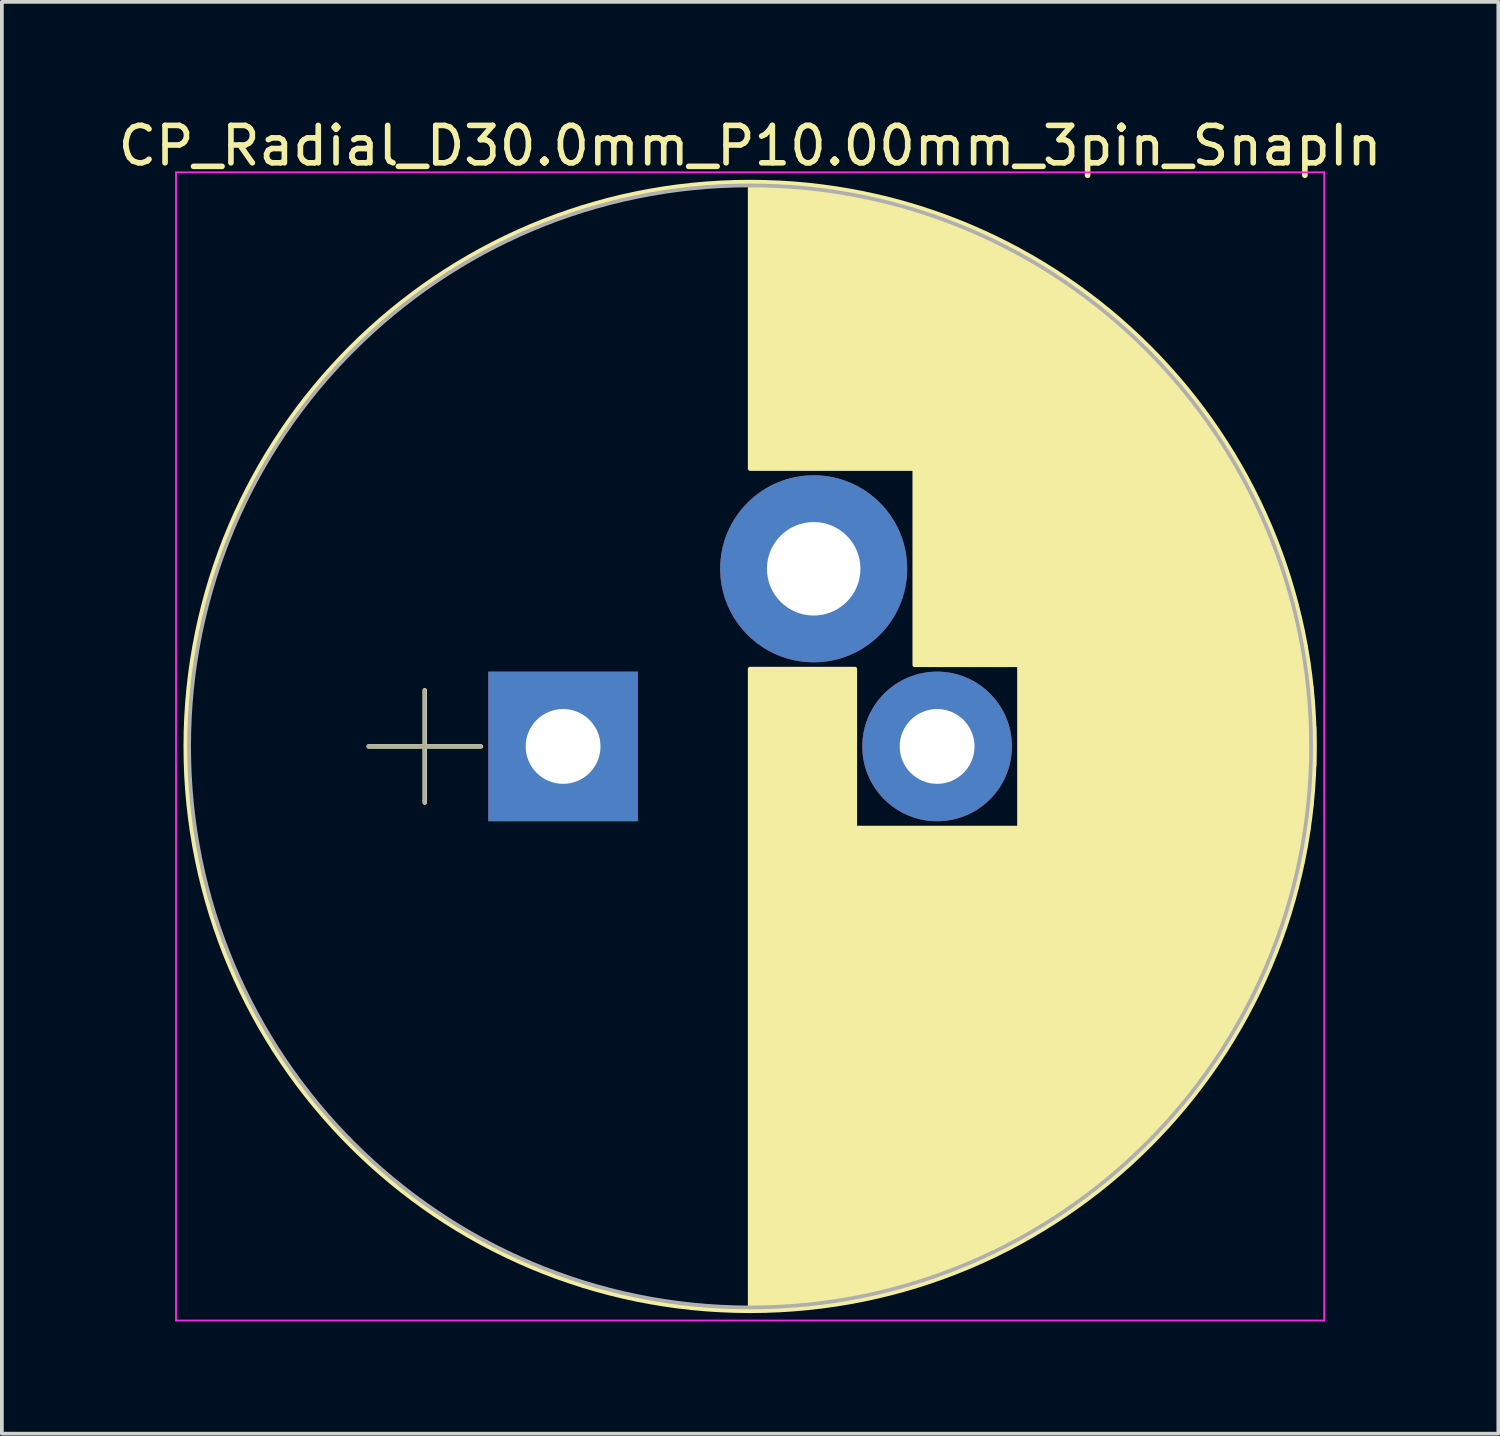
<source format=kicad_pcb>
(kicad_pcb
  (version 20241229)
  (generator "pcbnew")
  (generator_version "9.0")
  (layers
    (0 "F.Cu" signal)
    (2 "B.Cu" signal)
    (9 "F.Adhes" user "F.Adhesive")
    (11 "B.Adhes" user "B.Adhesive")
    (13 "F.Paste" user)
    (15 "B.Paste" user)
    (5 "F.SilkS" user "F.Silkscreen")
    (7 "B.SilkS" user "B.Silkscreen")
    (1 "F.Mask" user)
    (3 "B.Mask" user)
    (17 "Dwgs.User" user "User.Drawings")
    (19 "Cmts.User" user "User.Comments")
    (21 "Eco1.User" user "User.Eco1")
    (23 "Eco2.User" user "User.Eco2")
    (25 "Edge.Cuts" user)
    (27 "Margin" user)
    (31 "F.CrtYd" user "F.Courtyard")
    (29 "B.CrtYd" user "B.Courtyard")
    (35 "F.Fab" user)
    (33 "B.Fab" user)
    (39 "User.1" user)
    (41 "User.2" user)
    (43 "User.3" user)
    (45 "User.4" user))
  (footprint "CP_Radial_D30.0mm_P10.00mm_3pin_SnapIn"
    (layer "F.Cu")
    (at 12.006 16.908)
    (property "Reference" "CP_Radial_D30.0mm_P10.00mm_3pin_SnapIn" (at 5 -16.06 0) (layer "F.SilkS") (effects (font (size 1 1) (thickness 0.15))))
    (attr through_hole)
    (fp_line (start -5.2 0) (end -2.2 0) (stroke (width 0.12) (type solid)) (layer "F.SilkS"))
    (fp_line (start -3.7 -1.5) (end -3.7 1.5) (stroke (width 0.12) (type solid)) (layer "F.SilkS"))
    (fp_line (start 5 -15.05) (end 5 -7.43) (stroke (width 0.12) (type solid)) (layer "F.SilkS"))
    (fp_line (start 5 -2.07) (end 5 15.05) (stroke (width 0.12) (type solid)) (layer "F.SilkS"))
    (fp_line (start 5.04 -15.05) (end 5.04 -7.43) (stroke (width 0.12) (type solid)) (layer "F.SilkS"))
    (fp_line (start 5.04 -2.07) (end 5.04 15.05) (stroke (width 0.12) (type solid)) (layer "F.SilkS"))
    (fp_line (start 5.08 -15.05) (end 5.08 -7.43) (stroke (width 0.12) (type solid)) (layer "F.SilkS"))
    (fp_line (start 5.08 -2.07) (end 5.08 15.05) (stroke (width 0.12) (type solid)) (layer "F.SilkS"))
    (fp_line (start 5.12 -15.05) (end 5.12 -7.43) (stroke (width 0.12) (type solid)) (layer "F.SilkS"))
    (fp_line (start 5.12 -2.07) (end 5.12 15.05) (stroke (width 0.12) (type solid)) (layer "F.SilkS"))
    (fp_line (start 5.16 -15.05) (end 5.16 -7.43) (stroke (width 0.12) (type solid)) (layer "F.SilkS"))
    (fp_line (start 5.16 -2.07) (end 5.16 15.05) (stroke (width 0.12) (type solid)) (layer "F.SilkS"))
    (fp_line (start 5.2 -15.049) (end 5.2 -7.43) (stroke (width 0.12) (type solid)) (layer "F.SilkS"))
    (fp_line (start 5.2 -2.07) (end 5.2 15.049) (stroke (width 0.12) (type solid)) (layer "F.SilkS"))
    (fp_line (start 5.24 -15.049) (end 5.24 -7.43) (stroke (width 0.12) (type solid)) (layer "F.SilkS"))
    (fp_line (start 5.24 -2.07) (end 5.24 15.049) (stroke (width 0.12) (type solid)) (layer "F.SilkS"))
    (fp_line (start 5.28 -15.048) (end 5.28 -7.43) (stroke (width 0.12) (type solid)) (layer "F.SilkS"))
    (fp_line (start 5.28 -2.07) (end 5.28 15.048) (stroke (width 0.12) (type solid)) (layer "F.SilkS"))
    (fp_line (start 5.32 -15.047) (end 5.32 -7.43) (stroke (width 0.12) (type solid)) (layer "F.SilkS"))
    (fp_line (start 5.32 -2.07) (end 5.32 15.047) (stroke (width 0.12) (type solid)) (layer "F.SilkS"))
    (fp_line (start 5.36 -15.046) (end 5.36 -7.43) (stroke (width 0.12) (type solid)) (layer "F.SilkS"))
    (fp_line (start 5.36 -2.07) (end 5.36 15.046) (stroke (width 0.12) (type solid)) (layer "F.SilkS"))
    (fp_line (start 5.4 -15.045) (end 5.4 -7.43) (stroke (width 0.12) (type solid)) (layer "F.SilkS"))
    (fp_line (start 5.4 -2.07) (end 5.4 15.045) (stroke (width 0.12) (type solid)) (layer "F.SilkS"))
    (fp_line (start 5.44 -15.044) (end 5.44 -7.43) (stroke (width 0.12) (type solid)) (layer "F.SilkS"))
    (fp_line (start 5.44 -2.07) (end 5.44 15.044) (stroke (width 0.12) (type solid)) (layer "F.SilkS"))
    (fp_line (start 5.48 -15.043) (end 5.48 -7.43) (stroke (width 0.12) (type solid)) (layer "F.SilkS"))
    (fp_line (start 5.48 -2.07) (end 5.48 15.043) (stroke (width 0.12) (type solid)) (layer "F.SilkS"))
    (fp_line (start 5.52 -15.042) (end 5.52 -7.43) (stroke (width 0.12) (type solid)) (layer "F.SilkS"))
    (fp_line (start 5.52 -2.07) (end 5.52 15.042) (stroke (width 0.12) (type solid)) (layer "F.SilkS"))
    (fp_line (start 5.56 -15.04) (end 5.56 -7.43) (stroke (width 0.12) (type solid)) (layer "F.SilkS"))
    (fp_line (start 5.56 -2.07) (end 5.56 15.04) (stroke (width 0.12) (type solid)) (layer "F.SilkS"))
    (fp_line (start 5.6 -15.039) (end 5.6 -7.43) (stroke (width 0.12) (type solid)) (layer "F.SilkS"))
    (fp_line (start 5.6 -2.07) (end 5.6 15.039) (stroke (width 0.12) (type solid)) (layer "F.SilkS"))
    (fp_line (start 5.64 -15.037) (end 5.64 -7.43) (stroke (width 0.12) (type solid)) (layer "F.SilkS"))
    (fp_line (start 5.64 -2.07) (end 5.64 15.037) (stroke (width 0.12) (type solid)) (layer "F.SilkS"))
    (fp_line (start 5.68 -15.035) (end 5.68 -7.43) (stroke (width 0.12) (type solid)) (layer "F.SilkS"))
    (fp_line (start 5.68 -2.07) (end 5.68 15.035) (stroke (width 0.12) (type solid)) (layer "F.SilkS"))
    (fp_line (start 5.721 -15.033) (end 5.721 -7.43) (stroke (width 0.12) (type solid)) (layer "F.SilkS"))
    (fp_line (start 5.721 -2.07) (end 5.721 15.033) (stroke (width 0.12) (type solid)) (layer "F.SilkS"))
    (fp_line (start 5.761 -15.031) (end 5.761 -7.43) (stroke (width 0.12) (type solid)) (layer "F.SilkS"))
    (fp_line (start 5.761 -2.07) (end 5.761 15.031) (stroke (width 0.12) (type solid)) (layer "F.SilkS"))
    (fp_line (start 5.801 -15.029) (end 5.801 -7.43) (stroke (width 0.12) (type solid)) (layer "F.SilkS"))
    (fp_line (start 5.801 -2.07) (end 5.801 15.029) (stroke (width 0.12) (type solid)) (layer "F.SilkS"))
    (fp_line (start 5.841 -15.027) (end 5.841 -7.43) (stroke (width 0.12) (type solid)) (layer "F.SilkS"))
    (fp_line (start 5.841 -2.07) (end 5.841 15.027) (stroke (width 0.12) (type solid)) (layer "F.SilkS"))
    (fp_line (start 5.881 -15.025) (end 5.881 -7.43) (stroke (width 0.12) (type solid)) (layer "F.SilkS"))
    (fp_line (start 5.881 -2.07) (end 5.881 15.025) (stroke (width 0.12) (type solid)) (layer "F.SilkS"))
    (fp_line (start 5.921 -15.022) (end 5.921 -7.43) (stroke (width 0.12) (type solid)) (layer "F.SilkS"))
    (fp_line (start 5.921 -2.07) (end 5.921 15.022) (stroke (width 0.12) (type solid)) (layer "F.SilkS"))
    (fp_line (start 5.961 -15.02) (end 5.961 -7.43) (stroke (width 0.12) (type solid)) (layer "F.SilkS"))
    (fp_line (start 5.961 -2.07) (end 5.961 15.02) (stroke (width 0.12) (type solid)) (layer "F.SilkS"))
    (fp_line (start 6.001 -15.017) (end 6.001 -7.43) (stroke (width 0.12) (type solid)) (layer "F.SilkS"))
    (fp_line (start 6.001 -2.07) (end 6.001 15.017) (stroke (width 0.12) (type solid)) (layer "F.SilkS"))
    (fp_line (start 6.041 -15.015) (end 6.041 -7.43) (stroke (width 0.12) (type solid)) (layer "F.SilkS"))
    (fp_line (start 6.041 -2.07) (end 6.041 15.015) (stroke (width 0.12) (type solid)) (layer "F.SilkS"))
    (fp_line (start 6.081 -15.012) (end 6.081 -7.43) (stroke (width 0.12) (type solid)) (layer "F.SilkS"))
    (fp_line (start 6.081 -2.07) (end 6.081 15.012) (stroke (width 0.12) (type solid)) (layer "F.SilkS"))
    (fp_line (start 6.121 -15.009) (end 6.121 -7.43) (stroke (width 0.12) (type solid)) (layer "F.SilkS"))
    (fp_line (start 6.121 -2.07) (end 6.121 15.009) (stroke (width 0.12) (type solid)) (layer "F.SilkS"))
    (fp_line (start 6.161 -15.006) (end 6.161 -7.43) (stroke (width 0.12) (type solid)) (layer "F.SilkS"))
    (fp_line (start 6.161 -2.07) (end 6.161 15.006) (stroke (width 0.12) (type solid)) (layer "F.SilkS"))
    (fp_line (start 6.201 -15.003) (end 6.201 -7.43) (stroke (width 0.12) (type solid)) (layer "F.SilkS"))
    (fp_line (start 6.201 -2.07) (end 6.201 15.003) (stroke (width 0.12) (type solid)) (layer "F.SilkS"))
    (fp_line (start 6.241 -14.999) (end 6.241 -7.43) (stroke (width 0.12) (type solid)) (layer "F.SilkS"))
    (fp_line (start 6.241 -2.07) (end 6.241 14.999) (stroke (width 0.12) (type solid)) (layer "F.SilkS"))
    (fp_line (start 6.281 -14.996) (end 6.281 -7.43) (stroke (width 0.12) (type solid)) (layer "F.SilkS"))
    (fp_line (start 6.281 -2.07) (end 6.281 14.996) (stroke (width 0.12) (type solid)) (layer "F.SilkS"))
    (fp_line (start 6.321 -14.993) (end 6.321 -7.43) (stroke (width 0.12) (type solid)) (layer "F.SilkS"))
    (fp_line (start 6.321 -2.07) (end 6.321 14.993) (stroke (width 0.12) (type solid)) (layer "F.SilkS"))
    (fp_line (start 6.361 -14.989) (end 6.361 -7.43) (stroke (width 0.12) (type solid)) (layer "F.SilkS"))
    (fp_line (start 6.361 -2.07) (end 6.361 14.989) (stroke (width 0.12) (type solid)) (layer "F.SilkS"))
    (fp_line (start 6.401 -14.985) (end 6.401 -7.43) (stroke (width 0.12) (type solid)) (layer "F.SilkS"))
    (fp_line (start 6.401 -2.07) (end 6.401 14.985) (stroke (width 0.12) (type solid)) (layer "F.SilkS"))
    (fp_line (start 6.441 -14.982) (end 6.441 -7.43) (stroke (width 0.12) (type solid)) (layer "F.SilkS"))
    (fp_line (start 6.441 -2.07) (end 6.441 14.982) (stroke (width 0.12) (type solid)) (layer "F.SilkS"))
    (fp_line (start 6.481 -14.978) (end 6.481 -7.43) (stroke (width 0.12) (type solid)) (layer "F.SilkS"))
    (fp_line (start 6.481 -2.07) (end 6.481 14.978) (stroke (width 0.12) (type solid)) (layer "F.SilkS"))
    (fp_line (start 6.521 -14.974) (end 6.521 -7.43) (stroke (width 0.12) (type solid)) (layer "F.SilkS"))
    (fp_line (start 6.521 -2.07) (end 6.521 14.974) (stroke (width 0.12) (type solid)) (layer "F.SilkS"))
    (fp_line (start 6.561 -14.97) (end 6.561 -7.43) (stroke (width 0.12) (type solid)) (layer "F.SilkS"))
    (fp_line (start 6.561 -2.07) (end 6.561 14.97) (stroke (width 0.12) (type solid)) (layer "F.SilkS"))
    (fp_line (start 6.601 -14.965) (end 6.601 -7.43) (stroke (width 0.12) (type solid)) (layer "F.SilkS"))
    (fp_line (start 6.601 -2.07) (end 6.601 14.965) (stroke (width 0.12) (type solid)) (layer "F.SilkS"))
    (fp_line (start 6.641 -14.961) (end 6.641 -7.43) (stroke (width 0.12) (type solid)) (layer "F.SilkS"))
    (fp_line (start 6.641 -2.07) (end 6.641 14.961) (stroke (width 0.12) (type solid)) (layer "F.SilkS"))
    (fp_line (start 6.681 -14.957) (end 6.681 -7.43) (stroke (width 0.12) (type solid)) (layer "F.SilkS"))
    (fp_line (start 6.681 -2.07) (end 6.681 14.957) (stroke (width 0.12) (type solid)) (layer "F.SilkS"))
    (fp_line (start 6.721 -14.952) (end 6.721 -7.43) (stroke (width 0.12) (type solid)) (layer "F.SilkS"))
    (fp_line (start 6.721 -2.07) (end 6.721 14.952) (stroke (width 0.12) (type solid)) (layer "F.SilkS"))
    (fp_line (start 6.761 -14.948) (end 6.761 -7.43) (stroke (width 0.12) (type solid)) (layer "F.SilkS"))
    (fp_line (start 6.761 -2.07) (end 6.761 14.948) (stroke (width 0.12) (type solid)) (layer "F.SilkS"))
    (fp_line (start 6.801 -14.943) (end 6.801 -7.43) (stroke (width 0.12) (type solid)) (layer "F.SilkS"))
    (fp_line (start 6.801 -2.07) (end 6.801 14.943) (stroke (width 0.12) (type solid)) (layer "F.SilkS"))
    (fp_line (start 6.841 -14.938) (end 6.841 -7.43) (stroke (width 0.12) (type solid)) (layer "F.SilkS"))
    (fp_line (start 6.841 -2.07) (end 6.841 14.938) (stroke (width 0.12) (type solid)) (layer "F.SilkS"))
    (fp_line (start 6.881 -14.933) (end 6.881 -7.43) (stroke (width 0.12) (type solid)) (layer "F.SilkS"))
    (fp_line (start 6.881 -2.07) (end 6.881 14.933) (stroke (width 0.12) (type solid)) (layer "F.SilkS"))
    (fp_line (start 6.921 -14.928) (end 6.921 -7.43) (stroke (width 0.12) (type solid)) (layer "F.SilkS"))
    (fp_line (start 6.921 -2.07) (end 6.921 14.928) (stroke (width 0.12) (type solid)) (layer "F.SilkS"))
    (fp_line (start 6.961 -14.923) (end 6.961 -7.43) (stroke (width 0.12) (type solid)) (layer "F.SilkS"))
    (fp_line (start 6.961 -2.07) (end 6.961 14.923) (stroke (width 0.12) (type solid)) (layer "F.SilkS"))
    (fp_line (start 7.001 -14.917) (end 7.001 -7.43) (stroke (width 0.12) (type solid)) (layer "F.SilkS"))
    (fp_line (start 7.001 -2.07) (end 7.001 14.917) (stroke (width 0.12) (type solid)) (layer "F.SilkS"))
    (fp_line (start 7.041 -14.912) (end 7.041 -7.43) (stroke (width 0.12) (type solid)) (layer "F.SilkS"))
    (fp_line (start 7.041 -2.07) (end 7.041 14.912) (stroke (width 0.12) (type solid)) (layer "F.SilkS"))
    (fp_line (start 7.081 -14.906) (end 7.081 -7.43) (stroke (width 0.12) (type solid)) (layer "F.SilkS"))
    (fp_line (start 7.081 -2.07) (end 7.081 14.906) (stroke (width 0.12) (type solid)) (layer "F.SilkS"))
    (fp_line (start 7.121 -14.901) (end 7.121 -7.43) (stroke (width 0.12) (type solid)) (layer "F.SilkS"))
    (fp_line (start 7.121 -2.07) (end 7.121 14.901) (stroke (width 0.12) (type solid)) (layer "F.SilkS"))
    (fp_line (start 7.161 -14.895) (end 7.161 -7.43) (stroke (width 0.12) (type solid)) (layer "F.SilkS"))
    (fp_line (start 7.161 -2.07) (end 7.161 14.895) (stroke (width 0.12) (type solid)) (layer "F.SilkS"))
    (fp_line (start 7.201 -14.889) (end 7.201 -7.43) (stroke (width 0.12) (type solid)) (layer "F.SilkS"))
    (fp_line (start 7.201 -2.07) (end 7.201 14.889) (stroke (width 0.12) (type solid)) (layer "F.SilkS"))
    (fp_line (start 7.241 -14.883) (end 7.241 -7.43) (stroke (width 0.12) (type solid)) (layer "F.SilkS"))
    (fp_line (start 7.241 -2.07) (end 7.241 14.883) (stroke (width 0.12) (type solid)) (layer "F.SilkS"))
    (fp_line (start 7.281 -14.877) (end 7.281 -7.43) (stroke (width 0.12) (type solid)) (layer "F.SilkS"))
    (fp_line (start 7.281 -2.07) (end 7.281 14.877) (stroke (width 0.12) (type solid)) (layer "F.SilkS"))
    (fp_line (start 7.321 -14.871) (end 7.321 -7.43) (stroke (width 0.12) (type solid)) (layer "F.SilkS"))
    (fp_line (start 7.321 -2.07) (end 7.321 14.871) (stroke (width 0.12) (type solid)) (layer "F.SilkS"))
    (fp_line (start 7.361 -14.865) (end 7.361 -7.43) (stroke (width 0.12) (type solid)) (layer "F.SilkS"))
    (fp_line (start 7.361 -2.07) (end 7.361 14.865) (stroke (width 0.12) (type solid)) (layer "F.SilkS"))
    (fp_line (start 7.401 -14.858) (end 7.401 -7.43) (stroke (width 0.12) (type solid)) (layer "F.SilkS"))
    (fp_line (start 7.401 -2.07) (end 7.401 14.858) (stroke (width 0.12) (type solid)) (layer "F.SilkS"))
    (fp_line (start 7.441 -14.852) (end 7.441 -7.43) (stroke (width 0.12) (type solid)) (layer "F.SilkS"))
    (fp_line (start 7.441 -2.07) (end 7.441 14.852) (stroke (width 0.12) (type solid)) (layer "F.SilkS"))
    (fp_line (start 7.481 -14.845) (end 7.481 -7.43) (stroke (width 0.12) (type solid)) (layer "F.SilkS"))
    (fp_line (start 7.481 -2.07) (end 7.481 14.845) (stroke (width 0.12) (type solid)) (layer "F.SilkS"))
    (fp_line (start 7.521 -14.839) (end 7.521 -7.43) (stroke (width 0.12) (type solid)) (layer "F.SilkS"))
    (fp_line (start 7.521 -2.07) (end 7.521 14.839) (stroke (width 0.12) (type solid)) (layer "F.SilkS"))
    (fp_line (start 7.561 -14.832) (end 7.561 -7.43) (stroke (width 0.12) (type solid)) (layer "F.SilkS"))
    (fp_line (start 7.561 -2.07) (end 7.561 14.832) (stroke (width 0.12) (type solid)) (layer "F.SilkS"))
    (fp_line (start 7.601 -14.825) (end 7.601 -7.43) (stroke (width 0.12) (type solid)) (layer "F.SilkS"))
    (fp_line (start 7.601 -2.07) (end 7.601 14.825) (stroke (width 0.12) (type solid)) (layer "F.SilkS"))
    (fp_line (start 7.641 -14.818) (end 7.641 -7.43) (stroke (width 0.12) (type solid)) (layer "F.SilkS"))
    (fp_line (start 7.641 -2.07) (end 7.641 14.818) (stroke (width 0.12) (type solid)) (layer "F.SilkS"))
    (fp_line (start 7.681 -14.811) (end 7.681 -7.43) (stroke (width 0.12) (type solid)) (layer "F.SilkS"))
    (fp_line (start 7.681 -2.07) (end 7.681 14.811) (stroke (width 0.12) (type solid)) (layer "F.SilkS"))
    (fp_line (start 7.721 -14.803) (end 7.721 -7.43) (stroke (width 0.12) (type solid)) (layer "F.SilkS"))
    (fp_line (start 7.721 -2.07) (end 7.721 14.803) (stroke (width 0.12) (type solid)) (layer "F.SilkS"))
    (fp_line (start 7.761 -14.796) (end 7.761 -7.43) (stroke (width 0.12) (type solid)) (layer "F.SilkS"))
    (fp_line (start 7.761 -2.07) (end 7.761 14.796) (stroke (width 0.12) (type solid)) (layer "F.SilkS"))
    (fp_line (start 7.801 -14.788) (end 7.801 -7.43) (stroke (width 0.12) (type solid)) (layer "F.SilkS"))
    (fp_line (start 7.801 -2.07) (end 7.801 14.788) (stroke (width 0.12) (type solid)) (layer "F.SilkS"))
    (fp_line (start 7.841 -14.781) (end 7.841 -7.43) (stroke (width 0.12) (type solid)) (layer "F.SilkS"))
    (fp_line (start 7.841 2.18) (end 7.841 14.781) (stroke (width 0.12) (type solid)) (layer "F.SilkS"))
    (fp_line (start 7.881 -14.773) (end 7.881 -7.43) (stroke (width 0.12) (type solid)) (layer "F.SilkS"))
    (fp_line (start 7.881 2.18) (end 7.881 14.773) (stroke (width 0.12) (type solid)) (layer "F.SilkS"))
    (fp_line (start 7.921 -14.765) (end 7.921 -7.43) (stroke (width 0.12) (type solid)) (layer "F.SilkS"))
    (fp_line (start 7.921 2.18) (end 7.921 14.765) (stroke (width 0.12) (type solid)) (layer "F.SilkS"))
    (fp_line (start 7.961 -14.757) (end 7.961 -7.43) (stroke (width 0.12) (type solid)) (layer "F.SilkS"))
    (fp_line (start 7.961 2.18) (end 7.961 14.757) (stroke (width 0.12) (type solid)) (layer "F.SilkS"))
    (fp_line (start 8.001 -14.749) (end 8.001 -7.43) (stroke (width 0.12) (type solid)) (layer "F.SilkS"))
    (fp_line (start 8.001 2.18) (end 8.001 14.749) (stroke (width 0.12) (type solid)) (layer "F.SilkS"))
    (fp_line (start 8.041 -14.741) (end 8.041 -7.43) (stroke (width 0.12) (type solid)) (layer "F.SilkS"))
    (fp_line (start 8.041 2.18) (end 8.041 14.741) (stroke (width 0.12) (type solid)) (layer "F.SilkS"))
    (fp_line (start 8.081 -14.733) (end 8.081 -7.43) (stroke (width 0.12) (type solid)) (layer "F.SilkS"))
    (fp_line (start 8.081 2.18) (end 8.081 14.733) (stroke (width 0.12) (type solid)) (layer "F.SilkS"))
    (fp_line (start 8.121 -14.724) (end 8.121 -7.43) (stroke (width 0.12) (type solid)) (layer "F.SilkS"))
    (fp_line (start 8.121 2.18) (end 8.121 14.724) (stroke (width 0.12) (type solid)) (layer "F.SilkS"))
    (fp_line (start 8.161 -14.716) (end 8.161 -7.43) (stroke (width 0.12) (type solid)) (layer "F.SilkS"))
    (fp_line (start 8.161 2.18) (end 8.161 14.716) (stroke (width 0.12) (type solid)) (layer "F.SilkS"))
    (fp_line (start 8.201 -14.707) (end 8.201 -7.43) (stroke (width 0.12) (type solid)) (layer "F.SilkS"))
    (fp_line (start 8.201 2.18) (end 8.201 14.707) (stroke (width 0.12) (type solid)) (layer "F.SilkS"))
    (fp_line (start 8.241 -14.699) (end 8.241 -7.43) (stroke (width 0.12) (type solid)) (layer "F.SilkS"))
    (fp_line (start 8.241 2.18) (end 8.241 14.699) (stroke (width 0.12) (type solid)) (layer "F.SilkS"))
    (fp_line (start 8.281 -14.69) (end 8.281 -7.43) (stroke (width 0.12) (type solid)) (layer "F.SilkS"))
    (fp_line (start 8.281 2.18) (end 8.281 14.69) (stroke (width 0.12) (type solid)) (layer "F.SilkS"))
    (fp_line (start 8.321 -14.681) (end 8.321 -7.43) (stroke (width 0.12) (type solid)) (layer "F.SilkS"))
    (fp_line (start 8.321 2.18) (end 8.321 14.681) (stroke (width 0.12) (type solid)) (layer "F.SilkS"))
    (fp_line (start 8.361 -14.672) (end 8.361 -7.43) (stroke (width 0.12) (type solid)) (layer "F.SilkS"))
    (fp_line (start 8.361 2.18) (end 8.361 14.672) (stroke (width 0.12) (type solid)) (layer "F.SilkS"))
    (fp_line (start 8.401 -14.662) (end 8.401 -7.43) (stroke (width 0.12) (type solid)) (layer "F.SilkS"))
    (fp_line (start 8.401 2.18) (end 8.401 14.662) (stroke (width 0.12) (type solid)) (layer "F.SilkS"))
    (fp_line (start 8.441 -14.653) (end 8.441 -7.43) (stroke (width 0.12) (type solid)) (layer "F.SilkS"))
    (fp_line (start 8.441 2.18) (end 8.441 14.653) (stroke (width 0.12) (type solid)) (layer "F.SilkS"))
    (fp_line (start 8.481 -14.644) (end 8.481 -7.43) (stroke (width 0.12) (type solid)) (layer "F.SilkS"))
    (fp_line (start 8.481 2.18) (end 8.481 14.644) (stroke (width 0.12) (type solid)) (layer "F.SilkS"))
    (fp_line (start 8.521 -14.634) (end 8.521 -7.43) (stroke (width 0.12) (type solid)) (layer "F.SilkS"))
    (fp_line (start 8.521 2.18) (end 8.521 14.634) (stroke (width 0.12) (type solid)) (layer "F.SilkS"))
    (fp_line (start 8.561 -14.625) (end 8.561 -7.43) (stroke (width 0.12) (type solid)) (layer "F.SilkS"))
    (fp_line (start 8.561 2.18) (end 8.561 14.625) (stroke (width 0.12) (type solid)) (layer "F.SilkS"))
    (fp_line (start 8.601 -14.615) (end 8.601 -7.43) (stroke (width 0.12) (type solid)) (layer "F.SilkS"))
    (fp_line (start 8.601 2.18) (end 8.601 14.615) (stroke (width 0.12) (type solid)) (layer "F.SilkS"))
    (fp_line (start 8.641 -14.605) (end 8.641 -7.43) (stroke (width 0.12) (type solid)) (layer "F.SilkS"))
    (fp_line (start 8.641 2.18) (end 8.641 14.605) (stroke (width 0.12) (type solid)) (layer "F.SilkS"))
    (fp_line (start 8.681 -14.595) (end 8.681 -7.43) (stroke (width 0.12) (type solid)) (layer "F.SilkS"))
    (fp_line (start 8.681 2.18) (end 8.681 14.595) (stroke (width 0.12) (type solid)) (layer "F.SilkS"))
    (fp_line (start 8.721 -14.585) (end 8.721 -7.43) (stroke (width 0.12) (type solid)) (layer "F.SilkS"))
    (fp_line (start 8.721 2.18) (end 8.721 14.585) (stroke (width 0.12) (type solid)) (layer "F.SilkS"))
    (fp_line (start 8.761 -14.575) (end 8.761 -7.43) (stroke (width 0.12) (type solid)) (layer "F.SilkS"))
    (fp_line (start 8.761 2.18) (end 8.761 14.575) (stroke (width 0.12) (type solid)) (layer "F.SilkS"))
    (fp_line (start 8.801 -14.564) (end 8.801 -7.43) (stroke (width 0.12) (type solid)) (layer "F.SilkS"))
    (fp_line (start 8.801 2.18) (end 8.801 14.564) (stroke (width 0.12) (type solid)) (layer "F.SilkS"))
    (fp_line (start 8.841 -14.554) (end 8.841 -7.43) (stroke (width 0.12) (type solid)) (layer "F.SilkS"))
    (fp_line (start 8.841 2.18) (end 8.841 14.554) (stroke (width 0.12) (type solid)) (layer "F.SilkS"))
    (fp_line (start 8.881 -14.543) (end 8.881 -7.43) (stroke (width 0.12) (type solid)) (layer "F.SilkS"))
    (fp_line (start 8.881 2.18) (end 8.881 14.543) (stroke (width 0.12) (type solid)) (layer "F.SilkS"))
    (fp_line (start 8.921 -14.532) (end 8.921 -7.43) (stroke (width 0.12) (type solid)) (layer "F.SilkS"))
    (fp_line (start 8.921 2.18) (end 8.921 14.532) (stroke (width 0.12) (type solid)) (layer "F.SilkS"))
    (fp_line (start 8.961 -14.522) (end 8.961 -7.43) (stroke (width 0.12) (type solid)) (layer "F.SilkS"))
    (fp_line (start 8.961 2.18) (end 8.961 14.522) (stroke (width 0.12) (type solid)) (layer "F.SilkS"))
    (fp_line (start 9.001 -14.511) (end 9.001 -7.43) (stroke (width 0.12) (type solid)) (layer "F.SilkS"))
    (fp_line (start 9.001 2.18) (end 9.001 14.511) (stroke (width 0.12) (type solid)) (layer "F.SilkS"))
    (fp_line (start 9.041 -14.5) (end 9.041 -7.43) (stroke (width 0.12) (type solid)) (layer "F.SilkS"))
    (fp_line (start 9.041 2.18) (end 9.041 14.5) (stroke (width 0.12) (type solid)) (layer "F.SilkS"))
    (fp_line (start 9.081 -14.488) (end 9.081 -7.43) (stroke (width 0.12) (type solid)) (layer "F.SilkS"))
    (fp_line (start 9.081 2.18) (end 9.081 14.488) (stroke (width 0.12) (type solid)) (layer "F.SilkS"))
    (fp_line (start 9.121 -14.477) (end 9.121 -7.43) (stroke (width 0.12) (type solid)) (layer "F.SilkS"))
    (fp_line (start 9.121 2.18) (end 9.121 14.477) (stroke (width 0.12) (type solid)) (layer "F.SilkS"))
    (fp_line (start 9.161 -14.466) (end 9.161 -7.43) (stroke (width 0.12) (type solid)) (layer "F.SilkS"))
    (fp_line (start 9.161 2.18) (end 9.161 14.466) (stroke (width 0.12) (type solid)) (layer "F.SilkS"))
    (fp_line (start 9.201 -14.454) (end 9.201 -7.43) (stroke (width 0.12) (type solid)) (layer "F.SilkS"))
    (fp_line (start 9.201 2.18) (end 9.201 14.454) (stroke (width 0.12) (type solid)) (layer "F.SilkS"))
    (fp_line (start 9.241 -14.443) (end 9.241 -7.43) (stroke (width 0.12) (type solid)) (layer "F.SilkS"))
    (fp_line (start 9.241 2.18) (end 9.241 14.443) (stroke (width 0.12) (type solid)) (layer "F.SilkS"))
    (fp_line (start 9.281 -14.431) (end 9.281 -7.43) (stroke (width 0.12) (type solid)) (layer "F.SilkS"))
    (fp_line (start 9.281 2.18) (end 9.281 14.431) (stroke (width 0.12) (type solid)) (layer "F.SilkS"))
    (fp_line (start 9.321 -14.419) (end 9.321 -7.43) (stroke (width 0.12) (type solid)) (layer "F.SilkS"))
    (fp_line (start 9.321 2.18) (end 9.321 14.419) (stroke (width 0.12) (type solid)) (layer "F.SilkS"))
    (fp_line (start 9.361 -14.407) (end 9.361 -7.43) (stroke (width 0.12) (type solid)) (layer "F.SilkS"))
    (fp_line (start 9.361 2.18) (end 9.361 14.407) (stroke (width 0.12) (type solid)) (layer "F.SilkS"))
    (fp_line (start 9.401 -14.395) (end 9.401 -2.18) (stroke (width 0.12) (type solid)) (layer "F.SilkS"))
    (fp_line (start 9.401 2.18) (end 9.401 14.395) (stroke (width 0.12) (type solid)) (layer "F.SilkS"))
    (fp_line (start 9.441 -14.383) (end 9.441 -2.18) (stroke (width 0.12) (type solid)) (layer "F.SilkS"))
    (fp_line (start 9.441 2.18) (end 9.441 14.383) (stroke (width 0.12) (type solid)) (layer "F.SilkS"))
    (fp_line (start 9.481 -14.37) (end 9.481 -2.18) (stroke (width 0.12) (type solid)) (layer "F.SilkS"))
    (fp_line (start 9.481 2.18) (end 9.481 14.37) (stroke (width 0.12) (type solid)) (layer "F.SilkS"))
    (fp_line (start 9.521 -14.358) (end 9.521 -2.18) (stroke (width 0.12) (type solid)) (layer "F.SilkS"))
    (fp_line (start 9.521 2.18) (end 9.521 14.358) (stroke (width 0.12) (type solid)) (layer "F.SilkS"))
    (fp_line (start 9.561 -14.345) (end 9.561 -2.18) (stroke (width 0.12) (type solid)) (layer "F.SilkS"))
    (fp_line (start 9.561 2.18) (end 9.561 14.345) (stroke (width 0.12) (type solid)) (layer "F.SilkS"))
    (fp_line (start 9.601 -14.332) (end 9.601 -2.18) (stroke (width 0.12) (type solid)) (layer "F.SilkS"))
    (fp_line (start 9.601 2.18) (end 9.601 14.332) (stroke (width 0.12) (type solid)) (layer "F.SilkS"))
    (fp_line (start 9.641 -14.319) (end 9.641 -2.18) (stroke (width 0.12) (type solid)) (layer "F.SilkS"))
    (fp_line (start 9.641 2.18) (end 9.641 14.319) (stroke (width 0.12) (type solid)) (layer "F.SilkS"))
    (fp_line (start 9.681 -14.306) (end 9.681 -2.18) (stroke (width 0.12) (type solid)) (layer "F.SilkS"))
    (fp_line (start 9.681 2.18) (end 9.681 14.306) (stroke (width 0.12) (type solid)) (layer "F.SilkS"))
    (fp_line (start 9.721 -14.293) (end 9.721 -2.18) (stroke (width 0.12) (type solid)) (layer "F.SilkS"))
    (fp_line (start 9.721 2.18) (end 9.721 14.293) (stroke (width 0.12) (type solid)) (layer "F.SilkS"))
    (fp_line (start 9.761 -14.28) (end 9.761 -2.18) (stroke (width 0.12) (type solid)) (layer "F.SilkS"))
    (fp_line (start 9.761 2.18) (end 9.761 14.28) (stroke (width 0.12) (type solid)) (layer "F.SilkS"))
    (fp_line (start 9.801 -14.267) (end 9.801 -2.18) (stroke (width 0.12) (type solid)) (layer "F.SilkS"))
    (fp_line (start 9.801 2.18) (end 9.801 14.267) (stroke (width 0.12) (type solid)) (layer "F.SilkS"))
    (fp_line (start 9.841 -14.253) (end 9.841 -2.18) (stroke (width 0.12) (type solid)) (layer "F.SilkS"))
    (fp_line (start 9.841 2.18) (end 9.841 14.253) (stroke (width 0.12) (type solid)) (layer "F.SilkS"))
    (fp_line (start 9.881 -14.24) (end 9.881 -2.18) (stroke (width 0.12) (type solid)) (layer "F.SilkS"))
    (fp_line (start 9.881 2.18) (end 9.881 14.24) (stroke (width 0.12) (type solid)) (layer "F.SilkS"))
    (fp_line (start 9.921 -14.226) (end 9.921 -2.18) (stroke (width 0.12) (type solid)) (layer "F.SilkS"))
    (fp_line (start 9.921 2.18) (end 9.921 14.226) (stroke (width 0.12) (type solid)) (layer "F.SilkS"))
    (fp_line (start 9.961 -14.212) (end 9.961 -2.18) (stroke (width 0.12) (type solid)) (layer "F.SilkS"))
    (fp_line (start 9.961 2.18) (end 9.961 14.212) (stroke (width 0.12) (type solid)) (layer "F.SilkS"))
    (fp_line (start 10.001 -14.198) (end 10.001 -2.18) (stroke (width 0.12) (type solid)) (layer "F.SilkS"))
    (fp_line (start 10.001 2.18) (end 10.001 14.198) (stroke (width 0.12) (type solid)) (layer "F.SilkS"))
    (fp_line (start 10.041 -14.184) (end 10.041 -2.18) (stroke (width 0.12) (type solid)) (layer "F.SilkS"))
    (fp_line (start 10.041 2.18) (end 10.041 14.184) (stroke (width 0.12) (type solid)) (layer "F.SilkS"))
    (fp_line (start 10.081 -14.17) (end 10.081 -2.18) (stroke (width 0.12) (type solid)) (layer "F.SilkS"))
    (fp_line (start 10.081 2.18) (end 10.081 14.17) (stroke (width 0.12) (type solid)) (layer "F.SilkS"))
    (fp_line (start 10.121 -14.155) (end 10.121 -2.18) (stroke (width 0.12) (type solid)) (layer "F.SilkS"))
    (fp_line (start 10.121 2.18) (end 10.121 14.155) (stroke (width 0.12) (type solid)) (layer "F.SilkS"))
    (fp_line (start 10.161 -14.141) (end 10.161 -2.18) (stroke (width 0.12) (type solid)) (layer "F.SilkS"))
    (fp_line (start 10.161 2.18) (end 10.161 14.141) (stroke (width 0.12) (type solid)) (layer "F.SilkS"))
    (fp_line (start 10.201 -14.126) (end 10.201 -2.18) (stroke (width 0.12) (type solid)) (layer "F.SilkS"))
    (fp_line (start 10.201 2.18) (end 10.201 14.126) (stroke (width 0.12) (type solid)) (layer "F.SilkS"))
    (fp_line (start 10.241 -14.111) (end 10.241 -2.18) (stroke (width 0.12) (type solid)) (layer "F.SilkS"))
    (fp_line (start 10.241 2.18) (end 10.241 14.111) (stroke (width 0.12) (type solid)) (layer "F.SilkS"))
    (fp_line (start 10.281 -14.097) (end 10.281 -2.18) (stroke (width 0.12) (type solid)) (layer "F.SilkS"))
    (fp_line (start 10.281 2.18) (end 10.281 14.097) (stroke (width 0.12) (type solid)) (layer "F.SilkS"))
    (fp_line (start 10.321 -14.082) (end 10.321 -2.18) (stroke (width 0.12) (type solid)) (layer "F.SilkS"))
    (fp_line (start 10.321 2.18) (end 10.321 14.082) (stroke (width 0.12) (type solid)) (layer "F.SilkS"))
    (fp_line (start 10.361 -14.066) (end 10.361 -2.18) (stroke (width 0.12) (type solid)) (layer "F.SilkS"))
    (fp_line (start 10.361 2.18) (end 10.361 14.066) (stroke (width 0.12) (type solid)) (layer "F.SilkS"))
    (fp_line (start 10.401 -14.051) (end 10.401 -2.18) (stroke (width 0.12) (type solid)) (layer "F.SilkS"))
    (fp_line (start 10.401 2.18) (end 10.401 14.051) (stroke (width 0.12) (type solid)) (layer "F.SilkS"))
    (fp_line (start 10.441 -14.036) (end 10.441 -2.18) (stroke (width 0.12) (type solid)) (layer "F.SilkS"))
    (fp_line (start 10.441 2.18) (end 10.441 14.036) (stroke (width 0.12) (type solid)) (layer "F.SilkS"))
    (fp_line (start 10.481 -14.02) (end 10.481 -2.18) (stroke (width 0.12) (type solid)) (layer "F.SilkS"))
    (fp_line (start 10.481 2.18) (end 10.481 14.02) (stroke (width 0.12) (type solid)) (layer "F.SilkS"))
    (fp_line (start 10.521 -14.005) (end 10.521 -2.18) (stroke (width 0.12) (type solid)) (layer "F.SilkS"))
    (fp_line (start 10.521 2.18) (end 10.521 14.005) (stroke (width 0.12) (type solid)) (layer "F.SilkS"))
    (fp_line (start 10.561 -13.989) (end 10.561 -2.18) (stroke (width 0.12) (type solid)) (layer "F.SilkS"))
    (fp_line (start 10.561 2.18) (end 10.561 13.989) (stroke (width 0.12) (type solid)) (layer "F.SilkS"))
    (fp_line (start 10.601 -13.973) (end 10.601 -2.18) (stroke (width 0.12) (type solid)) (layer "F.SilkS"))
    (fp_line (start 10.601 2.18) (end 10.601 13.973) (stroke (width 0.12) (type solid)) (layer "F.SilkS"))
    (fp_line (start 10.641 -13.957) (end 10.641 -2.18) (stroke (width 0.12) (type solid)) (layer "F.SilkS"))
    (fp_line (start 10.641 2.18) (end 10.641 13.957) (stroke (width 0.12) (type solid)) (layer "F.SilkS"))
    (fp_line (start 10.681 -13.941) (end 10.681 -2.18) (stroke (width 0.12) (type solid)) (layer "F.SilkS"))
    (fp_line (start 10.681 2.18) (end 10.681 13.941) (stroke (width 0.12) (type solid)) (layer "F.SilkS"))
    (fp_line (start 10.721 -13.924) (end 10.721 -2.18) (stroke (width 0.12) (type solid)) (layer "F.SilkS"))
    (fp_line (start 10.721 2.18) (end 10.721 13.924) (stroke (width 0.12) (type solid)) (layer "F.SilkS"))
    (fp_line (start 10.761 -13.908) (end 10.761 -2.18) (stroke (width 0.12) (type solid)) (layer "F.SilkS"))
    (fp_line (start 10.761 2.18) (end 10.761 13.908) (stroke (width 0.12) (type solid)) (layer "F.SilkS"))
    (fp_line (start 10.801 -13.891) (end 10.801 -2.18) (stroke (width 0.12) (type solid)) (layer "F.SilkS"))
    (fp_line (start 10.801 2.18) (end 10.801 13.891) (stroke (width 0.12) (type solid)) (layer "F.SilkS"))
    (fp_line (start 10.841 -13.875) (end 10.841 -2.18) (stroke (width 0.12) (type solid)) (layer "F.SilkS"))
    (fp_line (start 10.841 2.18) (end 10.841 13.875) (stroke (width 0.12) (type solid)) (layer "F.SilkS"))
    (fp_line (start 10.881 -13.858) (end 10.881 -2.18) (stroke (width 0.12) (type solid)) (layer "F.SilkS"))
    (fp_line (start 10.881 2.18) (end 10.881 13.858) (stroke (width 0.12) (type solid)) (layer "F.SilkS"))
    (fp_line (start 10.921 -13.841) (end 10.921 -2.18) (stroke (width 0.12) (type solid)) (layer "F.SilkS"))
    (fp_line (start 10.921 2.18) (end 10.921 13.841) (stroke (width 0.12) (type solid)) (layer "F.SilkS"))
    (fp_line (start 10.961 -13.824) (end 10.961 -2.18) (stroke (width 0.12) (type solid)) (layer "F.SilkS"))
    (fp_line (start 10.961 2.18) (end 10.961 13.824) (stroke (width 0.12) (type solid)) (layer "F.SilkS"))
    (fp_line (start 11.001 -13.806) (end 11.001 -2.18) (stroke (width 0.12) (type solid)) (layer "F.SilkS"))
    (fp_line (start 11.001 2.18) (end 11.001 13.806) (stroke (width 0.12) (type solid)) (layer "F.SilkS"))
    (fp_line (start 11.041 -13.789) (end 11.041 -2.18) (stroke (width 0.12) (type solid)) (layer "F.SilkS"))
    (fp_line (start 11.041 2.18) (end 11.041 13.789) (stroke (width 0.12) (type solid)) (layer "F.SilkS"))
    (fp_line (start 11.081 -13.771) (end 11.081 -2.18) (stroke (width 0.12) (type solid)) (layer "F.SilkS"))
    (fp_line (start 11.081 2.18) (end 11.081 13.771) (stroke (width 0.12) (type solid)) (layer "F.SilkS"))
    (fp_line (start 11.121 -13.754) (end 11.121 -2.18) (stroke (width 0.12) (type solid)) (layer "F.SilkS"))
    (fp_line (start 11.121 2.18) (end 11.121 13.754) (stroke (width 0.12) (type solid)) (layer "F.SilkS"))
    (fp_line (start 11.161 -13.736) (end 11.161 -2.18) (stroke (width 0.12) (type solid)) (layer "F.SilkS"))
    (fp_line (start 11.161 2.18) (end 11.161 13.736) (stroke (width 0.12) (type solid)) (layer "F.SilkS"))
    (fp_line (start 11.201 -13.718) (end 11.201 -2.18) (stroke (width 0.12) (type solid)) (layer "F.SilkS"))
    (fp_line (start 11.201 2.18) (end 11.201 13.718) (stroke (width 0.12) (type solid)) (layer "F.SilkS"))
    (fp_line (start 11.241 -13.7) (end 11.241 -2.18) (stroke (width 0.12) (type solid)) (layer "F.SilkS"))
    (fp_line (start 11.241 2.18) (end 11.241 13.7) (stroke (width 0.12) (type solid)) (layer "F.SilkS"))
    (fp_line (start 11.281 -13.682) (end 11.281 -2.18) (stroke (width 0.12) (type solid)) (layer "F.SilkS"))
    (fp_line (start 11.281 2.18) (end 11.281 13.682) (stroke (width 0.12) (type solid)) (layer "F.SilkS"))
    (fp_line (start 11.321 -13.663) (end 11.321 -2.18) (stroke (width 0.12) (type solid)) (layer "F.SilkS"))
    (fp_line (start 11.321 2.18) (end 11.321 13.663) (stroke (width 0.12) (type solid)) (layer "F.SilkS"))
    (fp_line (start 11.361 -13.645) (end 11.361 -2.18) (stroke (width 0.12) (type solid)) (layer "F.SilkS"))
    (fp_line (start 11.361 2.18) (end 11.361 13.645) (stroke (width 0.12) (type solid)) (layer "F.SilkS"))
    (fp_line (start 11.401 -13.626) (end 11.401 -2.18) (stroke (width 0.12) (type solid)) (layer "F.SilkS"))
    (fp_line (start 11.401 2.18) (end 11.401 13.626) (stroke (width 0.12) (type solid)) (layer "F.SilkS"))
    (fp_line (start 11.441 -13.607) (end 11.441 -2.18) (stroke (width 0.12) (type solid)) (layer "F.SilkS"))
    (fp_line (start 11.441 2.18) (end 11.441 13.607) (stroke (width 0.12) (type solid)) (layer "F.SilkS"))
    (fp_line (start 11.481 -13.588) (end 11.481 -2.18) (stroke (width 0.12) (type solid)) (layer "F.SilkS"))
    (fp_line (start 11.481 2.18) (end 11.481 13.588) (stroke (width 0.12) (type solid)) (layer "F.SilkS"))
    (fp_line (start 11.521 -13.569) (end 11.521 -2.18) (stroke (width 0.12) (type solid)) (layer "F.SilkS"))
    (fp_line (start 11.521 2.18) (end 11.521 13.569) (stroke (width 0.12) (type solid)) (layer "F.SilkS"))
    (fp_line (start 11.561 -13.55) (end 11.561 -2.18) (stroke (width 0.12) (type solid)) (layer "F.SilkS"))
    (fp_line (start 11.561 2.18) (end 11.561 13.55) (stroke (width 0.12) (type solid)) (layer "F.SilkS"))
    (fp_line (start 11.601 -13.531) (end 11.601 -2.18) (stroke (width 0.12) (type solid)) (layer "F.SilkS"))
    (fp_line (start 11.601 2.18) (end 11.601 13.531) (stroke (width 0.12) (type solid)) (layer "F.SilkS"))
    (fp_line (start 11.641 -13.511) (end 11.641 -2.18) (stroke (width 0.12) (type solid)) (layer "F.SilkS"))
    (fp_line (start 11.641 2.18) (end 11.641 13.511) (stroke (width 0.12) (type solid)) (layer "F.SilkS"))
    (fp_line (start 11.681 -13.491) (end 11.681 -2.18) (stroke (width 0.12) (type solid)) (layer "F.SilkS"))
    (fp_line (start 11.681 2.18) (end 11.681 13.491) (stroke (width 0.12) (type solid)) (layer "F.SilkS"))
    (fp_line (start 11.721 -13.472) (end 11.721 -2.18) (stroke (width 0.12) (type solid)) (layer "F.SilkS"))
    (fp_line (start 11.721 2.18) (end 11.721 13.472) (stroke (width 0.12) (type solid)) (layer "F.SilkS"))
    (fp_line (start 11.761 -13.452) (end 11.761 -2.18) (stroke (width 0.12) (type solid)) (layer "F.SilkS"))
    (fp_line (start 11.761 2.18) (end 11.761 13.452) (stroke (width 0.12) (type solid)) (layer "F.SilkS"))
    (fp_line (start 11.801 -13.432) (end 11.801 -2.18) (stroke (width 0.12) (type solid)) (layer "F.SilkS"))
    (fp_line (start 11.801 2.18) (end 11.801 13.432) (stroke (width 0.12) (type solid)) (layer "F.SilkS"))
    (fp_line (start 11.841 -13.411) (end 11.841 -2.18) (stroke (width 0.12) (type solid)) (layer "F.SilkS"))
    (fp_line (start 11.841 2.18) (end 11.841 13.411) (stroke (width 0.12) (type solid)) (layer "F.SilkS"))
    (fp_line (start 11.881 -13.391) (end 11.881 -2.18) (stroke (width 0.12) (type solid)) (layer "F.SilkS"))
    (fp_line (start 11.881 2.18) (end 11.881 13.391) (stroke (width 0.12) (type solid)) (layer "F.SilkS"))
    (fp_line (start 11.921 -13.37) (end 11.921 -2.18) (stroke (width 0.12) (type solid)) (layer "F.SilkS"))
    (fp_line (start 11.921 2.18) (end 11.921 13.37) (stroke (width 0.12) (type solid)) (layer "F.SilkS"))
    (fp_line (start 11.961 -13.35) (end 11.961 -2.18) (stroke (width 0.12) (type solid)) (layer "F.SilkS"))
    (fp_line (start 11.961 2.18) (end 11.961 13.35) (stroke (width 0.12) (type solid)) (layer "F.SilkS"))
    (fp_line (start 12.001 -13.329) (end 12.001 -2.18) (stroke (width 0.12) (type solid)) (layer "F.SilkS"))
    (fp_line (start 12.001 2.18) (end 12.001 13.329) (stroke (width 0.12) (type solid)) (layer "F.SilkS"))
    (fp_line (start 12.041 -13.308) (end 12.041 -2.18) (stroke (width 0.12) (type solid)) (layer "F.SilkS"))
    (fp_line (start 12.041 2.18) (end 12.041 13.308) (stroke (width 0.12) (type solid)) (layer "F.SilkS"))
    (fp_line (start 12.081 -13.286) (end 12.081 -2.18) (stroke (width 0.12) (type solid)) (layer "F.SilkS"))
    (fp_line (start 12.081 2.18) (end 12.081 13.286) (stroke (width 0.12) (type solid)) (layer "F.SilkS"))
    (fp_line (start 12.121 -13.265) (end 12.121 -2.18) (stroke (width 0.12) (type solid)) (layer "F.SilkS"))
    (fp_line (start 12.121 2.18) (end 12.121 13.265) (stroke (width 0.12) (type solid)) (layer "F.SilkS"))
    (fp_line (start 12.161 -13.244) (end 12.161 -2.18) (stroke (width 0.12) (type solid)) (layer "F.SilkS"))
    (fp_line (start 12.161 2.18) (end 12.161 13.244) (stroke (width 0.12) (type solid)) (layer "F.SilkS"))
    (fp_line (start 12.201 -13.222) (end 12.201 13.222) (stroke (width 0.12) (type solid)) (layer "F.SilkS"))
    (fp_line (start 12.241 -13.2) (end 12.241 13.2) (stroke (width 0.12) (type solid)) (layer "F.SilkS"))
    (fp_line (start 12.281 -13.178) (end 12.281 13.178) (stroke (width 0.12) (type solid)) (layer "F.SilkS"))
    (fp_line (start 12.321 -13.156) (end 12.321 13.156) (stroke (width 0.12) (type solid)) (layer "F.SilkS"))
    (fp_line (start 12.361 -13.134) (end 12.361 13.134) (stroke (width 0.12) (type solid)) (layer "F.SilkS"))
    (fp_line (start 12.401 -13.111) (end 12.401 13.111) (stroke (width 0.12) (type solid)) (layer "F.SilkS"))
    (fp_line (start 12.441 -13.089) (end 12.441 13.089) (stroke (width 0.12) (type solid)) (layer "F.SilkS"))
    (fp_line (start 12.481 -13.066) (end 12.481 13.066) (stroke (width 0.12) (type solid)) (layer "F.SilkS"))
    (fp_line (start 12.521 -13.043) (end 12.521 13.043) (stroke (width 0.12) (type solid)) (layer "F.SilkS"))
    (fp_line (start 12.561 -13.02) (end 12.561 13.02) (stroke (width 0.12) (type solid)) (layer "F.SilkS"))
    (fp_line (start 12.601 -12.997) (end 12.601 12.997) (stroke (width 0.12) (type solid)) (layer "F.SilkS"))
    (fp_line (start 12.641 -12.974) (end 12.641 12.974) (stroke (width 0.12) (type solid)) (layer "F.SilkS"))
    (fp_line (start 12.681 -12.95) (end 12.681 12.95) (stroke (width 0.12) (type solid)) (layer "F.SilkS"))
    (fp_line (start 12.721 -12.926) (end 12.721 12.926) (stroke (width 0.12) (type solid)) (layer "F.SilkS"))
    (fp_line (start 12.761 -12.902) (end 12.761 12.902) (stroke (width 0.12) (type solid)) (layer "F.SilkS"))
    (fp_line (start 12.801 -12.878) (end 12.801 12.878) (stroke (width 0.12) (type solid)) (layer "F.SilkS"))
    (fp_line (start 12.841 -12.854) (end 12.841 12.854) (stroke (width 0.12) (type solid)) (layer "F.SilkS"))
    (fp_line (start 12.881 -12.83) (end 12.881 12.83) (stroke (width 0.12) (type solid)) (layer "F.SilkS"))
    (fp_line (start 12.921 -12.805) (end 12.921 12.805) (stroke (width 0.12) (type solid)) (layer "F.SilkS"))
    (fp_line (start 12.961 -12.78) (end 12.961 12.78) (stroke (width 0.12) (type solid)) (layer "F.SilkS"))
    (fp_line (start 13.001 -12.755) (end 13.001 12.755) (stroke (width 0.12) (type solid)) (layer "F.SilkS"))
    (fp_line (start 13.041 -12.73) (end 13.041 12.73) (stroke (width 0.12) (type solid)) (layer "F.SilkS"))
    (fp_line (start 13.081 -12.705) (end 13.081 12.705) (stroke (width 0.12) (type solid)) (layer "F.SilkS"))
    (fp_line (start 13.121 -12.68) (end 13.121 12.68) (stroke (width 0.12) (type solid)) (layer "F.SilkS"))
    (fp_line (start 13.161 -12.654) (end 13.161 12.654) (stroke (width 0.12) (type solid)) (layer "F.SilkS"))
    (fp_line (start 13.2 -12.628) (end 13.2 12.628) (stroke (width 0.12) (type solid)) (layer "F.SilkS"))
    (fp_line (start 13.24 -12.602) (end 13.24 12.602) (stroke (width 0.12) (type solid)) (layer "F.SilkS"))
    (fp_line (start 13.28 -12.576) (end 13.28 12.576) (stroke (width 0.12) (type solid)) (layer "F.SilkS"))
    (fp_line (start 13.32 -12.55) (end 13.32 12.55) (stroke (width 0.12) (type solid)) (layer "F.SilkS"))
    (fp_line (start 13.36 -12.523) (end 13.36 12.523) (stroke (width 0.12) (type solid)) (layer "F.SilkS"))
    (fp_line (start 13.4 -12.496) (end 13.4 12.496) (stroke (width 0.12) (type solid)) (layer "F.SilkS"))
    (fp_line (start 13.44 -12.469) (end 13.44 12.469) (stroke (width 0.12) (type solid)) (layer "F.SilkS"))
    (fp_line (start 13.48 -12.442) (end 13.48 12.442) (stroke (width 0.12) (type solid)) (layer "F.SilkS"))
    (fp_line (start 13.52 -12.415) (end 13.52 12.415) (stroke (width 0.12) (type solid)) (layer "F.SilkS"))
    (fp_line (start 13.56 -12.388) (end 13.56 12.388) (stroke (width 0.12) (type solid)) (layer "F.SilkS"))
    (fp_line (start 13.6 -12.36) (end 13.6 12.36) (stroke (width 0.12) (type solid)) (layer "F.SilkS"))
    (fp_line (start 13.64 -12.332) (end 13.64 12.332) (stroke (width 0.12) (type solid)) (layer "F.SilkS"))
    (fp_line (start 13.68 -12.304) (end 13.68 12.304) (stroke (width 0.12) (type solid)) (layer "F.SilkS"))
    (fp_line (start 13.72 -12.276) (end 13.72 12.276) (stroke (width 0.12) (type solid)) (layer "F.SilkS"))
    (fp_line (start 13.76 -12.248) (end 13.76 12.248) (stroke (width 0.12) (type solid)) (layer "F.SilkS"))
    (fp_line (start 13.8 -12.219) (end 13.8 12.219) (stroke (width 0.12) (type solid)) (layer "F.SilkS"))
    (fp_line (start 13.84 -12.19) (end 13.84 12.19) (stroke (width 0.12) (type solid)) (layer "F.SilkS"))
    (fp_line (start 13.88 -12.161) (end 13.88 12.161) (stroke (width 0.12) (type solid)) (layer "F.SilkS"))
    (fp_line (start 13.92 -12.132) (end 13.92 12.132) (stroke (width 0.12) (type solid)) (layer "F.SilkS"))
    (fp_line (start 13.96 -12.102) (end 13.96 12.102) (stroke (width 0.12) (type solid)) (layer "F.SilkS"))
    (fp_line (start 14 -12.073) (end 14 12.073) (stroke (width 0.12) (type solid)) (layer "F.SilkS"))
    (fp_line (start 14.04 -12.043) (end 14.04 12.043) (stroke (width 0.12) (type solid)) (layer "F.SilkS"))
    (fp_line (start 14.08 -12.013) (end 14.08 12.013) (stroke (width 0.12) (type solid)) (layer "F.SilkS"))
    (fp_line (start 14.12 -11.983) (end 14.12 11.983) (stroke (width 0.12) (type solid)) (layer "F.SilkS"))
    (fp_line (start 14.16 -11.952) (end 14.16 11.952) (stroke (width 0.12) (type solid)) (layer "F.SilkS"))
    (fp_line (start 14.2 -11.922) (end 14.2 11.922) (stroke (width 0.12) (type solid)) (layer "F.SilkS"))
    (fp_line (start 14.24 -11.891) (end 14.24 11.891) (stroke (width 0.12) (type solid)) (layer "F.SilkS"))
    (fp_line (start 14.28 -11.86) (end 14.28 11.86) (stroke (width 0.12) (type solid)) (layer "F.SilkS"))
    (fp_line (start 14.32 -11.828) (end 14.32 11.828) (stroke (width 0.12) (type solid)) (layer "F.SilkS"))
    (fp_line (start 14.36 -11.797) (end 14.36 11.797) (stroke (width 0.12) (type solid)) (layer "F.SilkS"))
    (fp_line (start 14.4 -11.765) (end 14.4 11.765) (stroke (width 0.12) (type solid)) (layer "F.SilkS"))
    (fp_line (start 14.44 -11.733) (end 14.44 11.733) (stroke (width 0.12) (type solid)) (layer "F.SilkS"))
    (fp_line (start 14.48 -11.701) (end 14.48 11.701) (stroke (width 0.12) (type solid)) (layer "F.SilkS"))
    (fp_line (start 14.52 -11.669) (end 14.52 11.669) (stroke (width 0.12) (type solid)) (layer "F.SilkS"))
    (fp_line (start 14.56 -11.636) (end 14.56 11.636) (stroke (width 0.12) (type solid)) (layer "F.SilkS"))
    (fp_line (start 14.6 -11.603) (end 14.6 11.603) (stroke (width 0.12) (type solid)) (layer "F.SilkS"))
    (fp_line (start 14.64 -11.57) (end 14.64 11.57) (stroke (width 0.12) (type solid)) (layer "F.SilkS"))
    (fp_line (start 14.68 -11.537) (end 14.68 11.537) (stroke (width 0.12) (type solid)) (layer "F.SilkS"))
    (fp_line (start 14.72 -11.503) (end 14.72 11.503) (stroke (width 0.12) (type solid)) (layer "F.SilkS"))
    (fp_line (start 14.76 -11.469) (end 14.76 11.469) (stroke (width 0.12) (type solid)) (layer "F.SilkS"))
    (fp_line (start 14.8 -11.435) (end 14.8 11.435) (stroke (width 0.12) (type solid)) (layer "F.SilkS"))
    (fp_line (start 14.84 -11.401) (end 14.84 11.401) (stroke (width 0.12) (type solid)) (layer "F.SilkS"))
    (fp_line (start 14.88 -11.366) (end 14.88 11.366) (stroke (width 0.12) (type solid)) (layer "F.SilkS"))
    (fp_line (start 14.92 -11.332) (end 14.92 11.332) (stroke (width 0.12) (type solid)) (layer "F.SilkS"))
    (fp_line (start 14.96 -11.297) (end 14.96 11.297) (stroke (width 0.12) (type solid)) (layer "F.SilkS"))
    (fp_line (start 15 -11.261) (end 15 11.261) (stroke (width 0.12) (type solid)) (layer "F.SilkS"))
    (fp_line (start 15.04 -11.226) (end 15.04 11.226) (stroke (width 0.12) (type solid)) (layer "F.SilkS"))
    (fp_line (start 15.08 -11.19) (end 15.08 11.19) (stroke (width 0.12) (type solid)) (layer "F.SilkS"))
    (fp_line (start 15.12 -11.154) (end 15.12 11.154) (stroke (width 0.12) (type solid)) (layer "F.SilkS"))
    (fp_line (start 15.16 -11.118) (end 15.16 11.118) (stroke (width 0.12) (type solid)) (layer "F.SilkS"))
    (fp_line (start 15.2 -11.081) (end 15.2 11.081) (stroke (width 0.12) (type solid)) (layer "F.SilkS"))
    (fp_line (start 15.24 -11.044) (end 15.24 11.044) (stroke (width 0.12) (type solid)) (layer "F.SilkS"))
    (fp_line (start 15.28 -11.007) (end 15.28 11.007) (stroke (width 0.12) (type solid)) (layer "F.SilkS"))
    (fp_line (start 15.32 -10.97) (end 15.32 10.97) (stroke (width 0.12) (type solid)) (layer "F.SilkS"))
    (fp_line (start 15.36 -10.932) (end 15.36 10.932) (stroke (width 0.12) (type solid)) (layer "F.SilkS"))
    (fp_line (start 15.4 -10.894) (end 15.4 10.894) (stroke (width 0.12) (type solid)) (layer "F.SilkS"))
    (fp_line (start 15.44 -10.856) (end 15.44 10.856) (stroke (width 0.12) (type solid)) (layer "F.SilkS"))
    (fp_line (start 15.48 -10.818) (end 15.48 10.818) (stroke (width 0.12) (type solid)) (layer "F.SilkS"))
    (fp_line (start 15.52 -10.779) (end 15.52 10.779) (stroke (width 0.12) (type solid)) (layer "F.SilkS"))
    (fp_line (start 15.56 -10.74) (end 15.56 10.74) (stroke (width 0.12) (type solid)) (layer "F.SilkS"))
    (fp_line (start 15.6 -10.701) (end 15.6 10.701) (stroke (width 0.12) (type solid)) (layer "F.SilkS"))
    (fp_line (start 15.64 -10.661) (end 15.64 10.661) (stroke (width 0.12) (type solid)) (layer "F.SilkS"))
    (fp_line (start 15.68 -10.621) (end 15.68 10.621) (stroke (width 0.12) (type solid)) (layer "F.SilkS"))
    (fp_line (start 15.72 -10.581) (end 15.72 10.581) (stroke (width 0.12) (type solid)) (layer "F.SilkS"))
    (fp_line (start 15.76 -10.54) (end 15.76 10.54) (stroke (width 0.12) (type solid)) (layer "F.SilkS"))
    (fp_line (start 15.8 -10.499) (end 15.8 10.499) (stroke (width 0.12) (type solid)) (layer "F.SilkS"))
    (fp_line (start 15.84 -10.458) (end 15.84 10.458) (stroke (width 0.12) (type solid)) (layer "F.SilkS"))
    (fp_line (start 15.88 -10.417) (end 15.88 10.417) (stroke (width 0.12) (type solid)) (layer "F.SilkS"))
    (fp_line (start 15.92 -10.375) (end 15.92 10.375) (stroke (width 0.12) (type solid)) (layer "F.SilkS"))
    (fp_line (start 15.96 -10.333) (end 15.96 10.333) (stroke (width 0.12) (type solid)) (layer "F.SilkS"))
    (fp_line (start 16 -10.29) (end 16 10.29) (stroke (width 0.12) (type solid)) (layer "F.SilkS"))
    (fp_line (start 16.04 -10.248) (end 16.04 10.248) (stroke (width 0.12) (type solid)) (layer "F.SilkS"))
    (fp_line (start 16.08 -10.205) (end 16.08 10.205) (stroke (width 0.12) (type solid)) (layer "F.SilkS"))
    (fp_line (start 16.12 -10.161) (end 16.12 10.161) (stroke (width 0.12) (type solid)) (layer "F.SilkS"))
    (fp_line (start 16.16 -10.117) (end 16.16 10.117) (stroke (width 0.12) (type solid)) (layer "F.SilkS"))
    (fp_line (start 16.2 -10.073) (end 16.2 10.073) (stroke (width 0.12) (type solid)) (layer "F.SilkS"))
    (fp_line (start 16.24 -10.029) (end 16.24 10.029) (stroke (width 0.12) (type solid)) (layer "F.SilkS"))
    (fp_line (start 16.28 -9.984) (end 16.28 9.984) (stroke (width 0.12) (type solid)) (layer "F.SilkS"))
    (fp_line (start 16.32 -9.939) (end 16.32 9.939) (stroke (width 0.12) (type solid)) (layer "F.SilkS"))
    (fp_line (start 16.36 -9.893) (end 16.36 9.893) (stroke (width 0.12) (type solid)) (layer "F.SilkS"))
    (fp_line (start 16.4 -9.847) (end 16.4 9.847) (stroke (width 0.12) (type solid)) (layer "F.SilkS"))
    (fp_line (start 16.44 -9.801) (end 16.44 9.801) (stroke (width 0.12) (type solid)) (layer "F.SilkS"))
    (fp_line (start 16.48 -9.754) (end 16.48 9.754) (stroke (width 0.12) (type solid)) (layer "F.SilkS"))
    (fp_line (start 16.52 -9.707) (end 16.52 9.707) (stroke (width 0.12) (type solid)) (layer "F.SilkS"))
    (fp_line (start 16.56 -9.66) (end 16.56 9.66) (stroke (width 0.12) (type solid)) (layer "F.SilkS"))
    (fp_line (start 16.6 -9.612) (end 16.6 9.612) (stroke (width 0.12) (type solid)) (layer "F.SilkS"))
    (fp_line (start 16.64 -9.564) (end 16.64 9.564) (stroke (width 0.12) (type solid)) (layer "F.SilkS"))
    (fp_line (start 16.68 -9.515) (end 16.68 9.515) (stroke (width 0.12) (type solid)) (layer "F.SilkS"))
    (fp_line (start 16.72 -9.466) (end 16.72 9.466) (stroke (width 0.12) (type solid)) (layer "F.SilkS"))
    (fp_line (start 16.76 -9.416) (end 16.76 9.416) (stroke (width 0.12) (type solid)) (layer "F.SilkS"))
    (fp_line (start 16.8 -9.366) (end 16.8 9.366) (stroke (width 0.12) (type solid)) (layer "F.SilkS"))
    (fp_line (start 16.84 -9.316) (end 16.84 9.316) (stroke (width 0.12) (type solid)) (layer "F.SilkS"))
    (fp_line (start 16.88 -9.265) (end 16.88 9.265) (stroke (width 0.12) (type solid)) (layer "F.SilkS"))
    (fp_line (start 16.92 -9.214) (end 16.92 9.214) (stroke (width 0.12) (type solid)) (layer "F.SilkS"))
    (fp_line (start 16.96 -9.162) (end 16.96 9.162) (stroke (width 0.12) (type solid)) (layer "F.SilkS"))
    (fp_line (start 17 -9.11) (end 17 9.11) (stroke (width 0.12) (type solid)) (layer "F.SilkS"))
    (fp_line (start 17.04 -9.057) (end 17.04 9.057) (stroke (width 0.12) (type solid)) (layer "F.SilkS"))
    (fp_line (start 17.08 -9.004) (end 17.08 9.004) (stroke (width 0.12) (type solid)) (layer "F.SilkS"))
    (fp_line (start 17.12 -8.95) (end 17.12 8.95) (stroke (width 0.12) (type solid)) (layer "F.SilkS"))
    (fp_line (start 17.16 -8.896) (end 17.16 8.896) (stroke (width 0.12) (type solid)) (layer "F.SilkS"))
    (fp_line (start 17.2 -8.841) (end 17.2 8.841) (stroke (width 0.12) (type solid)) (layer "F.SilkS"))
    (fp_line (start 17.24 -8.786) (end 17.24 8.786) (stroke (width 0.12) (type solid)) (layer "F.SilkS"))
    (fp_line (start 17.28 -8.73) (end 17.28 8.73) (stroke (width 0.12) (type solid)) (layer "F.SilkS"))
    (fp_line (start 17.32 -8.674) (end 17.32 8.674) (stroke (width 0.12) (type solid)) (layer "F.SilkS"))
    (fp_line (start 17.36 -8.617) (end 17.36 8.617) (stroke (width 0.12) (type solid)) (layer "F.SilkS"))
    (fp_line (start 17.4 -8.56) (end 17.4 8.56) (stroke (width 0.12) (type solid)) (layer "F.SilkS"))
    (fp_line (start 17.44 -8.502) (end 17.44 8.502) (stroke (width 0.12) (type solid)) (layer "F.SilkS"))
    (fp_line (start 17.48 -8.443) (end 17.48 8.443) (stroke (width 0.12) (type solid)) (layer "F.SilkS"))
    (fp_line (start 17.52 -8.384) (end 17.52 8.384) (stroke (width 0.12) (type solid)) (layer "F.SilkS"))
    (fp_line (start 17.56 -8.324) (end 17.56 8.324) (stroke (width 0.12) (type solid)) (layer "F.SilkS"))
    (fp_line (start 17.6 -8.264) (end 17.6 8.264) (stroke (width 0.12) (type solid)) (layer "F.SilkS"))
    (fp_line (start 17.64 -8.203) (end 17.64 8.203) (stroke (width 0.12) (type solid)) (layer "F.SilkS"))
    (fp_line (start 17.68 -8.141) (end 17.68 8.141) (stroke (width 0.12) (type solid)) (layer "F.SilkS"))
    (fp_line (start 17.72 -8.079) (end 17.72 8.079) (stroke (width 0.12) (type solid)) (layer "F.SilkS"))
    (fp_line (start 17.76 -8.016) (end 17.76 8.016) (stroke (width 0.12) (type solid)) (layer "F.SilkS"))
    (fp_line (start 17.8 -7.952) (end 17.8 7.952) (stroke (width 0.12) (type solid)) (layer "F.SilkS"))
    (fp_line (start 17.84 -7.888) (end 17.84 7.888) (stroke (width 0.12) (type solid)) (layer "F.SilkS"))
    (fp_line (start 17.88 -7.823) (end 17.88 7.823) (stroke (width 0.12) (type solid)) (layer "F.SilkS"))
    (fp_line (start 17.92 -7.757) (end 17.92 7.757) (stroke (width 0.12) (type solid)) (layer "F.SilkS"))
    (fp_line (start 17.96 -7.69) (end 17.96 7.69) (stroke (width 0.12) (type solid)) (layer "F.SilkS"))
    (fp_line (start 18 -7.623) (end 18 7.623) (stroke (width 0.12) (type solid)) (layer "F.SilkS"))
    (fp_line (start 18.04 -7.554) (end 18.04 7.554) (stroke (width 0.12) (type solid)) (layer "F.SilkS"))
    (fp_line (start 18.08 -7.485) (end 18.08 7.485) (stroke (width 0.12) (type solid)) (layer "F.SilkS"))
    (fp_line (start 18.12 -7.415) (end 18.12 7.415) (stroke (width 0.12) (type solid)) (layer "F.SilkS"))
    (fp_line (start 18.16 -7.344) (end 18.16 7.344) (stroke (width 0.12) (type solid)) (layer "F.SilkS"))
    (fp_line (start 18.2 -7.273) (end 18.2 7.273) (stroke (width 0.12) (type solid)) (layer "F.SilkS"))
    (fp_line (start 18.24 -7.2) (end 18.24 7.2) (stroke (width 0.12) (type solid)) (layer "F.SilkS"))
    (fp_line (start 18.28 -7.126) (end 18.28 7.126) (stroke (width 0.12) (type solid)) (layer "F.SilkS"))
    (fp_line (start 18.32 -7.052) (end 18.32 7.052) (stroke (width 0.12) (type solid)) (layer "F.SilkS"))
    (fp_line (start 18.36 -6.976) (end 18.36 6.976) (stroke (width 0.12) (type solid)) (layer "F.SilkS"))
    (fp_line (start 18.4 -6.899) (end 18.4 6.899) (stroke (width 0.12) (type solid)) (layer "F.SilkS"))
    (fp_line (start 18.44 -6.822) (end 18.44 6.822) (stroke (width 0.12) (type solid)) (layer "F.SilkS"))
    (fp_line (start 18.48 -6.743) (end 18.48 6.743) (stroke (width 0.12) (type solid)) (layer "F.SilkS"))
    (fp_line (start 18.52 -6.663) (end 18.52 6.663) (stroke (width 0.12) (type solid)) (layer "F.SilkS"))
    (fp_line (start 18.56 -6.581) (end 18.56 6.581) (stroke (width 0.12) (type solid)) (layer "F.SilkS"))
    (fp_line (start 18.6 -6.499) (end 18.6 6.499) (stroke (width 0.12) (type solid)) (layer "F.SilkS"))
    (fp_line (start 18.64 -6.415) (end 18.64 6.415) (stroke (width 0.12) (type solid)) (layer "F.SilkS"))
    (fp_line (start 18.68 -6.33) (end 18.68 6.33) (stroke (width 0.12) (type solid)) (layer "F.SilkS"))
    (fp_line (start 18.72 -6.243) (end 18.72 6.243) (stroke (width 0.12) (type solid)) (layer "F.SilkS"))
    (fp_line (start 18.76 -6.155) (end 18.76 6.155) (stroke (width 0.12) (type solid)) (layer "F.SilkS"))
    (fp_line (start 18.8 -6.065) (end 18.8 6.065) (stroke (width 0.12) (type solid)) (layer "F.SilkS"))
    (fp_line (start 18.84 -5.974) (end 18.84 5.974) (stroke (width 0.12) (type solid)) (layer "F.SilkS"))
    (fp_line (start 18.88 -5.881) (end 18.88 5.881) (stroke (width 0.12) (type solid)) (layer "F.SilkS"))
    (fp_line (start 18.92 -5.786) (end 18.92 5.786) (stroke (width 0.12) (type solid)) (layer "F.SilkS"))
    (fp_line (start 18.96 -5.69) (end 18.96 5.69) (stroke (width 0.12) (type solid)) (layer "F.SilkS"))
    (fp_line (start 19 -5.591) (end 19 5.591) (stroke (width 0.12) (type solid)) (layer "F.SilkS"))
    (fp_line (start 19.04 -5.491) (end 19.04 5.491) (stroke (width 0.12) (type solid)) (layer "F.SilkS"))
    (fp_line (start 19.08 -5.388) (end 19.08 5.388) (stroke (width 0.12) (type solid)) (layer "F.SilkS"))
    (fp_line (start 19.12 -5.283) (end 19.12 5.283) (stroke (width 0.12) (type solid)) (layer "F.SilkS"))
    (fp_line (start 19.16 -5.176) (end 19.16 5.176) (stroke (width 0.12) (type solid)) (layer "F.SilkS"))
    (fp_line (start 19.2 -5.066) (end 19.2 5.066) (stroke (width 0.12) (type solid)) (layer "F.SilkS"))
    (fp_line (start 19.24 -4.954) (end 19.24 4.954) (stroke (width 0.12) (type solid)) (layer "F.SilkS"))
    (fp_line (start 19.28 -4.838) (end 19.28 4.838) (stroke (width 0.12) (type solid)) (layer "F.SilkS"))
    (fp_line (start 19.32 -4.719) (end 19.32 4.719) (stroke (width 0.12) (type solid)) (layer "F.SilkS"))
    (fp_line (start 19.36 -4.597) (end 19.36 4.597) (stroke (width 0.12) (type solid)) (layer "F.SilkS"))
    (fp_line (start 19.4 -4.471) (end 19.4 4.471) (stroke (width 0.12) (type solid)) (layer "F.SilkS"))
    (fp_line (start 19.44 -4.342) (end 19.44 4.342) (stroke (width 0.12) (type solid)) (layer "F.SilkS"))
    (fp_line (start 19.48 -4.208) (end 19.48 4.208) (stroke (width 0.12) (type solid)) (layer "F.SilkS"))
    (fp_line (start 19.52 -4.069) (end 19.52 4.069) (stroke (width 0.12) (type solid)) (layer "F.SilkS"))
    (fp_line (start 19.56 -3.925) (end 19.56 3.925) (stroke (width 0.12) (type solid)) (layer "F.SilkS"))
    (fp_line (start 19.6 -3.775) (end 19.6 3.775) (stroke (width 0.12) (type solid)) (layer "F.SilkS"))
    (fp_line (start 19.64 -3.618) (end 19.64 3.618) (stroke (width 0.12) (type solid)) (layer "F.SilkS"))
    (fp_line (start 19.68 -3.454) (end 19.68 3.454) (stroke (width 0.12) (type solid)) (layer "F.SilkS"))
    (fp_line (start 19.72 -3.282) (end 19.72 3.282) (stroke (width 0.12) (type solid)) (layer "F.SilkS"))
    (fp_line (start 19.76 -3.099) (end 19.76 3.099) (stroke (width 0.12) (type solid)) (layer "F.SilkS"))
    (fp_line (start 19.8 -2.905) (end 19.8 2.905) (stroke (width 0.12) (type solid)) (layer "F.SilkS"))
    (fp_line (start 19.84 -2.696) (end 19.84 2.696) (stroke (width 0.12) (type solid)) (layer "F.SilkS"))
    (fp_line (start 19.88 -2.469) (end 19.88 2.469) (stroke (width 0.12) (type solid)) (layer "F.SilkS"))
    (fp_line (start 19.92 -2.219) (end 19.92 2.219) (stroke (width 0.12) (type solid)) (layer "F.SilkS"))
    (fp_line (start 19.96 -1.937) (end 19.96 1.937) (stroke (width 0.12) (type solid)) (layer "F.SilkS"))
    (fp_line (start 20 -1.606) (end 20 1.606) (stroke (width 0.12) (type solid)) (layer "F.SilkS"))
    (fp_line (start 20.04 -1.188) (end 20.04 1.188) (stroke (width 0.12) (type solid)) (layer "F.SilkS"))
    (fp_line (start 20.08 -0.51) (end 20.08 0.51) (stroke (width 0.12) (type solid)) (layer "F.SilkS"))
    (fp_circle (center 5 0) (end 20.09 0) (stroke (width 0.12) (type solid)) (fill no) (layer "F.SilkS"))
    (fp_line (start -10.35 -15.35) (end -10.35 15.35) (stroke (width 0.05) (type solid)) (layer "F.CrtYd"))
    (fp_line (start -10.35 15.35) (end 20.35 15.35) (stroke (width 0.05) (type solid)) (layer "F.CrtYd"))
    (fp_line (start 20.35 -15.35) (end -10.35 -15.35) (stroke (width 0.05) (type solid)) (layer "F.CrtYd"))
    (fp_line (start 20.35 15.35) (end 20.35 -15.35) (stroke (width 0.05) (type solid)) (layer "F.CrtYd"))
    (fp_line (start -5.2 0) (end -2.2 0) (stroke (width 0.1) (type solid)) (layer "F.Fab"))
    (fp_line (start -3.7 -1.5) (end -3.7 1.5) (stroke (width 0.1) (type solid)) (layer "F.Fab"))
    (fp_circle (center 5 0) (end 20 0) (stroke (width 0.1) (type solid)) (fill no) (layer "F.Fab"))
    (pad "1" thru_hole rect (at 0 0) (size 4 4) (drill 2) (layers "*.Cu" "*.Mask"))
    (pad "2" thru_hole circle (at 6.7 -4.75) (size 5 5) (drill 2.5) (layers "*.Cu" "*.Mask"))
    (pad "2" thru_hole circle (at 10 0) (size 4 4) (drill 2) (layers "*.Cu" "*.Mask")))
  (gr_rect
    (start -3 -3)
    (end 37.012 35.283)
    (stroke (width 0.1) (type default))
    (fill no)
    (layer "Edge.Cuts")))
</source>
